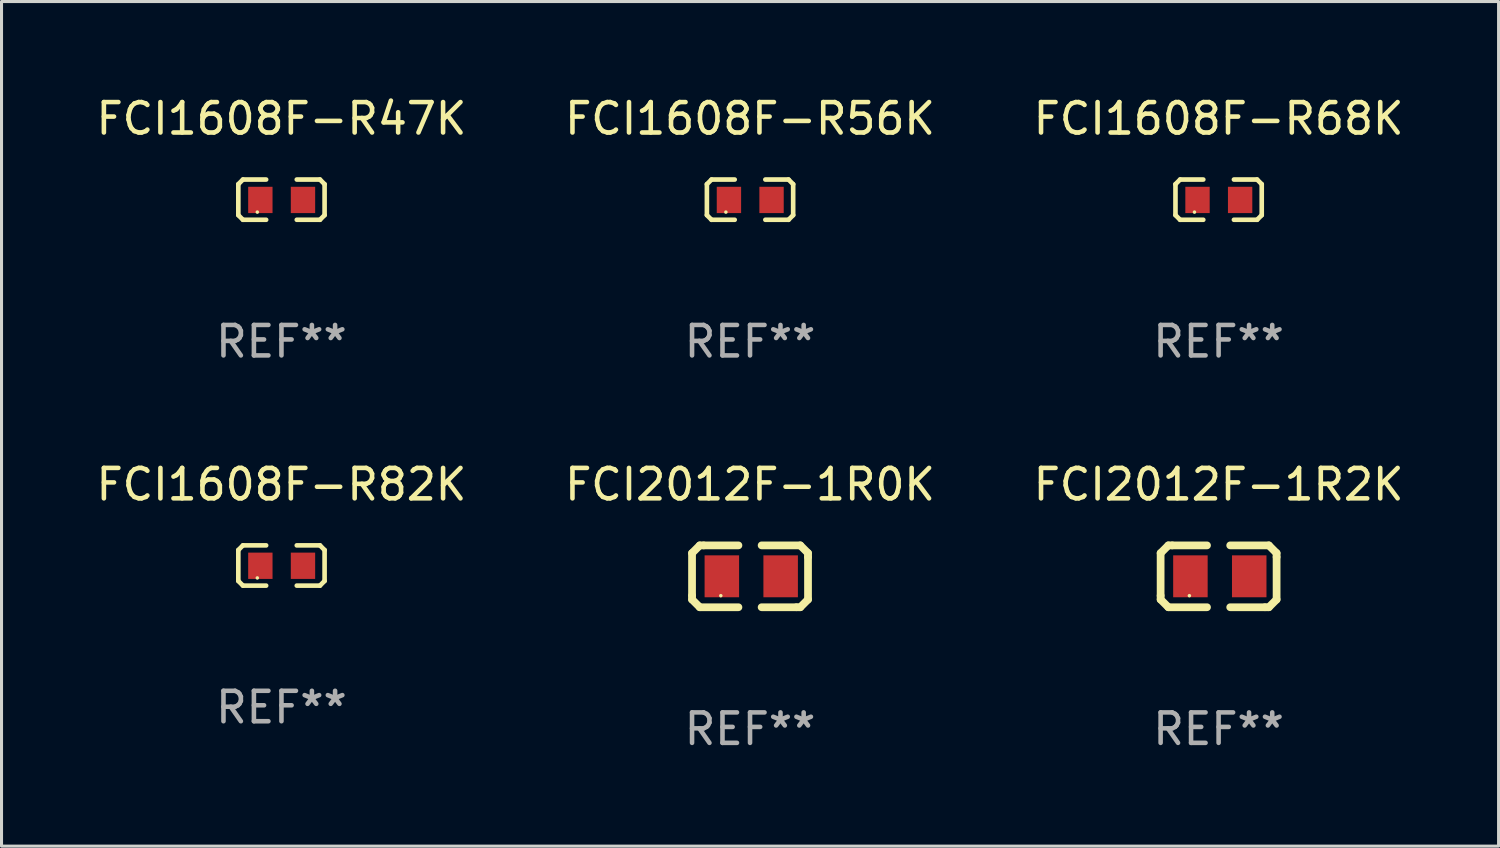
<source format=kicad_pcb>
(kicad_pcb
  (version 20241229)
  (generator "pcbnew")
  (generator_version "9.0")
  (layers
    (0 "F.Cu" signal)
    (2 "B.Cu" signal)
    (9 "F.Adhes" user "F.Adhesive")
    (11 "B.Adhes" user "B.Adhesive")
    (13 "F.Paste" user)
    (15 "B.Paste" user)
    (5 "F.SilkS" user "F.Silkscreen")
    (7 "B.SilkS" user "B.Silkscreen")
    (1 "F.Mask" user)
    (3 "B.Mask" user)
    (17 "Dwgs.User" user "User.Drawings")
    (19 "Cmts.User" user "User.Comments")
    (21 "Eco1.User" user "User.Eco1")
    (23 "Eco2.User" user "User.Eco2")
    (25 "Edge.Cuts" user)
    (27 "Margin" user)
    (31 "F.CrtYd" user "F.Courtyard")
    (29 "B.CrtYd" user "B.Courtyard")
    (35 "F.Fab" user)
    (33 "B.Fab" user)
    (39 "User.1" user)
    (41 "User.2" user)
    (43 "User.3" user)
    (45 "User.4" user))
  (footprint "FCI1608F-R47K"
    (layer "F.Cu")
    (at 6.196 3.509)
    (property "Reference" "FCI1608F-R47K" (at 0 -2.661 0) (layer "F.SilkS") (effects (font (size 1 1) (thickness 0.15))))
    (attr through_hole)
    (fp_line (start -1.417 -0.508) (end -1.265 -0.661) (stroke (width 0.152) (type solid)) (layer "F.SilkS"))
    (fp_line (start -1.417 0.508) (end -1.417 -0.508) (stroke (width 0.152) (type solid)) (layer "F.SilkS"))
    (fp_line (start -1.265 -0.661) (end -0.503 -0.661) (stroke (width 0.152) (type solid)) (layer "F.SilkS"))
    (fp_line (start -1.265 0.661) (end -1.417 0.508) (stroke (width 0.152) (type solid)) (layer "F.SilkS"))
    (fp_line (start -1.265 0.661) (end -0.503 0.661) (stroke (width 0.152) (type solid)) (layer "F.SilkS"))
    (fp_line (start 1.265 -0.661) (end 0.503 -0.661) (stroke (width 0.152) (type solid)) (layer "F.SilkS"))
    (fp_line (start 1.265 -0.661) (end 1.417 -0.508) (stroke (width 0.152) (type solid)) (layer "F.SilkS"))
    (fp_line (start 1.265 0.661) (end 0.503 0.661) (stroke (width 0.152) (type solid)) (layer "F.SilkS"))
    (fp_line (start 1.417 -0.508) (end 1.417 0.508) (stroke (width 0.152) (type solid)) (layer "F.SilkS"))
    (fp_line (start 1.417 0.508) (end 1.265 0.661) (stroke (width 0.152) (type solid)) (layer "F.SilkS"))
    (fp_circle (center -0.793 0.409) (end -0.763 0.409) (stroke (width 0.06) (type solid)) (fill no) (layer "F.SilkS"))
    (fp_text user "REF**" (at 0 4.661 0) (layer "F.Fab") (effects (font (size 1 1) (thickness 0.15))))
    (pad "1" smd rect (at -0.693 0.009 180) (size 0.8 0.864) (layers "F.Cu" "F.Mask" "F.Paste"))
    (pad "2" smd rect (at 0.707 0.009 180) (size 0.8 0.864) (layers "F.Cu" "F.Mask" "F.Paste")))
  (footprint "FCI1608F-R68K"
    (layer "F.Cu")
    (at 36.982 3.509)
    (property "Reference" "FCI1608F-R68K" (at 0 -2.661 0) (layer "F.SilkS") (effects (font (size 1 1) (thickness 0.15))))
    (attr through_hole)
    (fp_line (start -1.417 -0.508) (end -1.265 -0.661) (stroke (width 0.152) (type solid)) (layer "F.SilkS"))
    (fp_line (start -1.417 0.508) (end -1.417 -0.508) (stroke (width 0.152) (type solid)) (layer "F.SilkS"))
    (fp_line (start -1.265 -0.661) (end -0.503 -0.661) (stroke (width 0.152) (type solid)) (layer "F.SilkS"))
    (fp_line (start -1.265 0.661) (end -1.417 0.508) (stroke (width 0.152) (type solid)) (layer "F.SilkS"))
    (fp_line (start -1.265 0.661) (end -0.503 0.661) (stroke (width 0.152) (type solid)) (layer "F.SilkS"))
    (fp_line (start 1.265 -0.661) (end 0.503 -0.661) (stroke (width 0.152) (type solid)) (layer "F.SilkS"))
    (fp_line (start 1.265 -0.661) (end 1.417 -0.508) (stroke (width 0.152) (type solid)) (layer "F.SilkS"))
    (fp_line (start 1.265 0.661) (end 0.503 0.661) (stroke (width 0.152) (type solid)) (layer "F.SilkS"))
    (fp_line (start 1.417 -0.508) (end 1.417 0.508) (stroke (width 0.152) (type solid)) (layer "F.SilkS"))
    (fp_line (start 1.417 0.508) (end 1.265 0.661) (stroke (width 0.152) (type solid)) (layer "F.SilkS"))
    (fp_circle (center -0.793 0.409) (end -0.763 0.409) (stroke (width 0.06) (type solid)) (fill no) (layer "F.SilkS"))
    (fp_text user "REF**" (at 0 4.661 0) (layer "F.Fab") (effects (font (size 1 1) (thickness 0.15))))
    (pad "1" smd rect (at -0.693 0.009 180) (size 0.8 0.864) (layers "F.Cu" "F.Mask" "F.Paste"))
    (pad "2" smd rect (at 0.707 0.009 180) (size 0.8 0.864) (layers "F.Cu" "F.Mask" "F.Paste")))
  (footprint "FCI1608F-R82K"
    (layer "F.Cu")
    (at 6.196 15.527)
    (property "Reference" "FCI1608F-R82K" (at 0 -2.661 0) (layer "F.SilkS") (effects (font (size 1 1) (thickness 0.15))))
    (attr through_hole)
    (fp_line (start -1.417 -0.508) (end -1.265 -0.661) (stroke (width 0.152) (type solid)) (layer "F.SilkS"))
    (fp_line (start -1.417 0.508) (end -1.417 -0.508) (stroke (width 0.152) (type solid)) (layer "F.SilkS"))
    (fp_line (start -1.265 -0.661) (end -0.503 -0.661) (stroke (width 0.152) (type solid)) (layer "F.SilkS"))
    (fp_line (start -1.265 0.661) (end -1.417 0.508) (stroke (width 0.152) (type solid)) (layer "F.SilkS"))
    (fp_line (start -1.265 0.661) (end -0.503 0.661) (stroke (width 0.152) (type solid)) (layer "F.SilkS"))
    (fp_line (start 1.265 -0.661) (end 0.503 -0.661) (stroke (width 0.152) (type solid)) (layer "F.SilkS"))
    (fp_line (start 1.265 -0.661) (end 1.417 -0.508) (stroke (width 0.152) (type solid)) (layer "F.SilkS"))
    (fp_line (start 1.265 0.661) (end 0.503 0.661) (stroke (width 0.152) (type solid)) (layer "F.SilkS"))
    (fp_line (start 1.417 -0.508) (end 1.417 0.508) (stroke (width 0.152) (type solid)) (layer "F.SilkS"))
    (fp_line (start 1.417 0.508) (end 1.265 0.661) (stroke (width 0.152) (type solid)) (layer "F.SilkS"))
    (fp_circle (center -0.793 0.409) (end -0.763 0.409) (stroke (width 0.06) (type solid)) (fill no) (layer "F.SilkS"))
    (fp_text user "REF**" (at 0 4.661 0) (layer "F.Fab") (effects (font (size 1 1) (thickness 0.15))))
    (pad "1" smd rect (at -0.693 0.009 180) (size 0.8 0.864) (layers "F.Cu" "F.Mask" "F.Paste"))
    (pad "2" smd rect (at 0.707 0.009 180) (size 0.8 0.864) (layers "F.Cu" "F.Mask" "F.Paste")))
  (footprint "FCI1608F-R56K"
    (layer "F.Cu")
    (at 21.589 3.509)
    (property "Reference" "FCI1608F-R56K" (at 0 -2.661 0) (layer "F.SilkS") (effects (font (size 1 1) (thickness 0.15))))
    (attr through_hole)
    (fp_line (start -1.417 -0.508) (end -1.265 -0.661) (stroke (width 0.152) (type solid)) (layer "F.SilkS"))
    (fp_line (start -1.417 0.508) (end -1.417 -0.508) (stroke (width 0.152) (type solid)) (layer "F.SilkS"))
    (fp_line (start -1.265 -0.661) (end -0.503 -0.661) (stroke (width 0.152) (type solid)) (layer "F.SilkS"))
    (fp_line (start -1.265 0.661) (end -1.417 0.508) (stroke (width 0.152) (type solid)) (layer "F.SilkS"))
    (fp_line (start -1.265 0.661) (end -0.503 0.661) (stroke (width 0.152) (type solid)) (layer "F.SilkS"))
    (fp_line (start 1.265 -0.661) (end 0.503 -0.661) (stroke (width 0.152) (type solid)) (layer "F.SilkS"))
    (fp_line (start 1.265 -0.661) (end 1.417 -0.508) (stroke (width 0.152) (type solid)) (layer "F.SilkS"))
    (fp_line (start 1.265 0.661) (end 0.503 0.661) (stroke (width 0.152) (type solid)) (layer "F.SilkS"))
    (fp_line (start 1.417 -0.508) (end 1.417 0.508) (stroke (width 0.152) (type solid)) (layer "F.SilkS"))
    (fp_line (start 1.417 0.508) (end 1.265 0.661) (stroke (width 0.152) (type solid)) (layer "F.SilkS"))
    (fp_circle (center -0.793 0.409) (end -0.763 0.409) (stroke (width 0.06) (type solid)) (fill no) (layer "F.SilkS"))
    (fp_text user "REF**" (at 0 4.661 0) (layer "F.Fab") (effects (font (size 1 1) (thickness 0.15))))
    (pad "1" smd rect (at -0.693 0.009 180) (size 0.8 0.864) (layers "F.Cu" "F.Mask" "F.Paste"))
    (pad "2" smd rect (at 0.707 0.009 180) (size 0.8 0.864) (layers "F.Cu" "F.Mask" "F.Paste")))
  (footprint "FCI2012F-1R0K"
    (layer "F.Cu")
    (at 21.589 15.882)
    (property "Reference" "FCI2012F-1R0K" (at 0 -3.016 0) (layer "F.SilkS") (effects (font (size 1 1) (thickness 0.15))))
    (attr through_hole)
    (fp_line (start -1.905 -0.762) (end -1.905 0.635) (stroke (width 0.254) (type solid)) (layer "F.SilkS"))
    (fp_line (start -1.905 0.635) (end -1.905 0.762) (stroke (width 0.254) (type solid)) (layer "F.SilkS"))
    (fp_line (start -1.905 0.762) (end -1.651 1.016) (stroke (width 0.254) (type solid)) (layer "F.SilkS"))
    (fp_line (start -1.651 -1.016) (end -1.905 -0.762) (stroke (width 0.254) (type solid)) (layer "F.SilkS"))
    (fp_line (start -1.651 1.016) (end -0.381 1.016) (stroke (width 0.254) (type solid)) (layer "F.SilkS"))
    (fp_line (start -1.524 -1.016) (end -1.651 -1.016) (stroke (width 0.254) (type solid)) (layer "F.SilkS"))
    (fp_line (start -0.381 -1.016) (end -1.524 -1.016) (stroke (width 0.254) (type solid)) (layer "F.SilkS"))
    (fp_line (start 0.381 1.016) (end 1.524 1.016) (stroke (width 0.254) (type solid)) (layer "F.SilkS"))
    (fp_line (start 1.524 1.016) (end 1.651 1.016) (stroke (width 0.254) (type solid)) (layer "F.SilkS"))
    (fp_line (start 1.651 -1.016) (end 0.381 -1.016) (stroke (width 0.254) (type solid)) (layer "F.SilkS"))
    (fp_line (start 1.651 1.016) (end 1.905 0.762) (stroke (width 0.254) (type solid)) (layer "F.SilkS"))
    (fp_line (start 1.905 -0.762) (end 1.651 -1.016) (stroke (width 0.254) (type solid)) (layer "F.SilkS"))
    (fp_line (start 1.905 -0.635) (end 1.905 -0.762) (stroke (width 0.254) (type solid)) (layer "F.SilkS"))
    (fp_line (start 1.905 0.762) (end 1.905 -0.635) (stroke (width 0.254) (type solid)) (layer "F.SilkS"))
    (fp_circle (center -0.96 0.637) (end -0.93 0.637) (stroke (width 0.06) (type solid)) (fill no) (layer "F.SilkS"))
    (fp_text user "REF**" (at 0 5.016 0) (layer "F.Fab") (effects (font (size 1 1) (thickness 0.15))))
    (pad "1" smd rect (at -0.926 -0.000051) (size 1.133 1.377) (layers "F.Cu" "F.Mask" "F.Paste"))
    (pad "2" smd rect (at 1.006 -0.000051) (size 1.133 1.377) (layers "F.Cu" "F.Mask" "F.Paste")))
  (footprint "FCI2012F-1R2K"
    (layer "F.Cu")
    (at 36.982 15.882)
    (property "Reference" "FCI2012F-1R2K" (at 0 -3.016 0) (layer "F.SilkS") (effects (font (size 1 1) (thickness 0.15))))
    (attr through_hole)
    (fp_line (start -1.905 -0.762) (end -1.905 0.635) (stroke (width 0.254) (type solid)) (layer "F.SilkS"))
    (fp_line (start -1.905 0.635) (end -1.905 0.762) (stroke (width 0.254) (type solid)) (layer "F.SilkS"))
    (fp_line (start -1.905 0.762) (end -1.651 1.016) (stroke (width 0.254) (type solid)) (layer "F.SilkS"))
    (fp_line (start -1.651 -1.016) (end -1.905 -0.762) (stroke (width 0.254) (type solid)) (layer "F.SilkS"))
    (fp_line (start -1.651 1.016) (end -0.381 1.016) (stroke (width 0.254) (type solid)) (layer "F.SilkS"))
    (fp_line (start -1.524 -1.016) (end -1.651 -1.016) (stroke (width 0.254) (type solid)) (layer "F.SilkS"))
    (fp_line (start -0.381 -1.016) (end -1.524 -1.016) (stroke (width 0.254) (type solid)) (layer "F.SilkS"))
    (fp_line (start 0.381 1.016) (end 1.524 1.016) (stroke (width 0.254) (type solid)) (layer "F.SilkS"))
    (fp_line (start 1.524 1.016) (end 1.651 1.016) (stroke (width 0.254) (type solid)) (layer "F.SilkS"))
    (fp_line (start 1.651 -1.016) (end 0.381 -1.016) (stroke (width 0.254) (type solid)) (layer "F.SilkS"))
    (fp_line (start 1.651 1.016) (end 1.905 0.762) (stroke (width 0.254) (type solid)) (layer "F.SilkS"))
    (fp_line (start 1.905 -0.762) (end 1.651 -1.016) (stroke (width 0.254) (type solid)) (layer "F.SilkS"))
    (fp_line (start 1.905 -0.635) (end 1.905 -0.762) (stroke (width 0.254) (type solid)) (layer "F.SilkS"))
    (fp_line (start 1.905 0.762) (end 1.905 -0.635) (stroke (width 0.254) (type solid)) (layer "F.SilkS"))
    (fp_circle (center -0.96 0.637) (end -0.93 0.637) (stroke (width 0.06) (type solid)) (fill no) (layer "F.SilkS"))
    (fp_text user "REF**" (at 0 5.016 0) (layer "F.Fab") (effects (font (size 1 1) (thickness 0.15))))
    (pad "1" smd rect (at -0.926 -0.000051) (size 1.133 1.377) (layers "F.Cu" "F.Mask" "F.Paste"))
    (pad "2" smd rect (at 1.006 -0.000051) (size 1.133 1.377) (layers "F.Cu" "F.Mask" "F.Paste")))
  (gr_rect
    (start -3 -3)
    (end 46.179 24.746)
    (stroke (width 0.1) (type default))
    (fill no)
    (layer "Edge.Cuts")))
</source>
